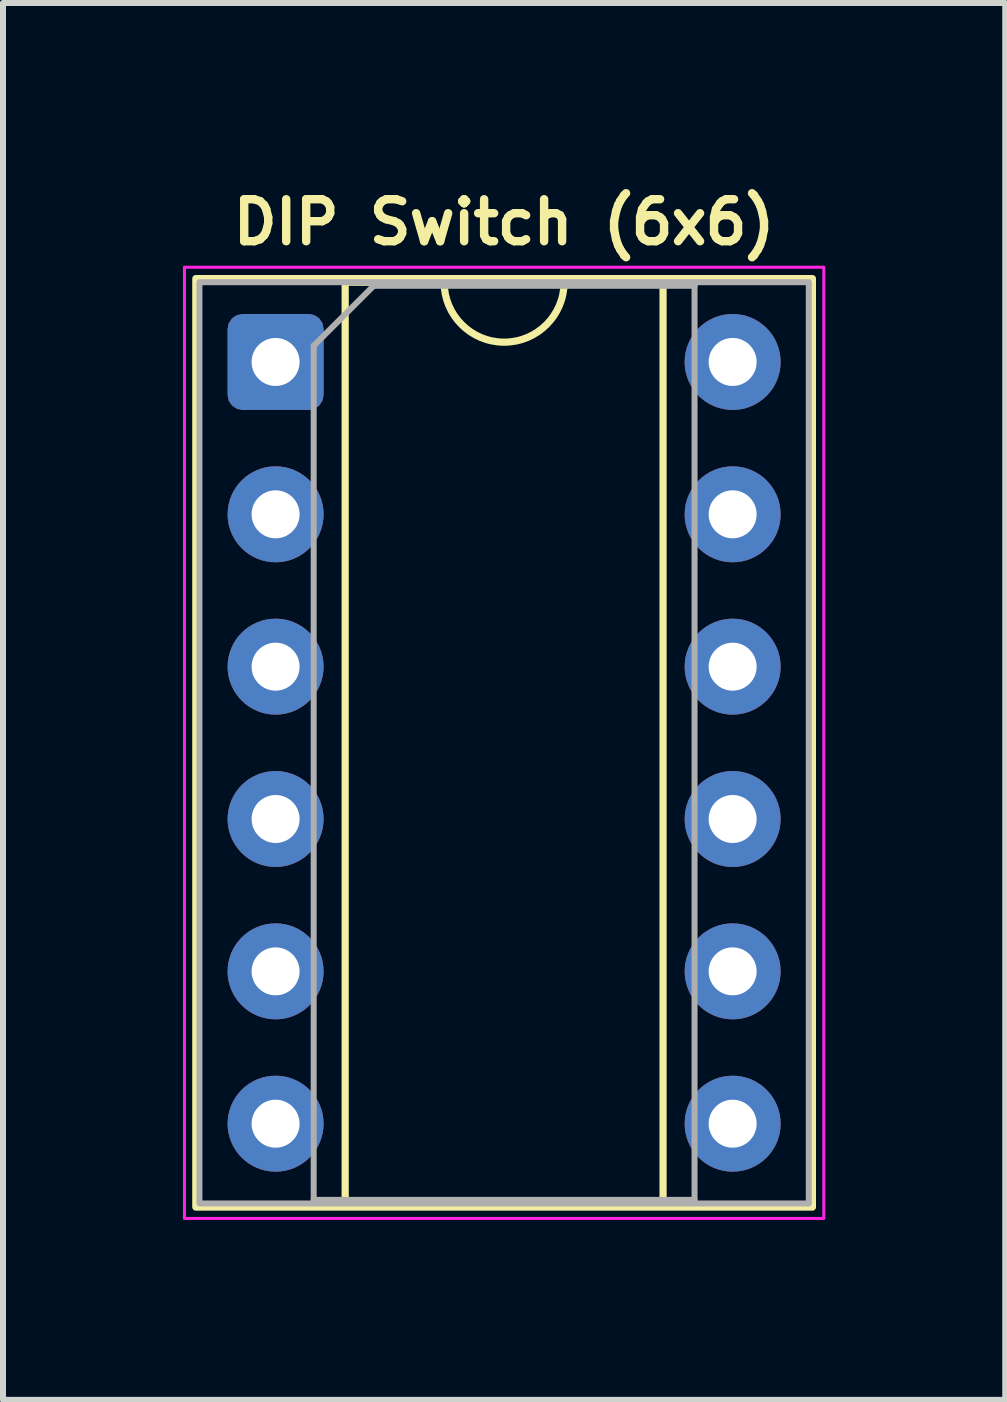
<source format=kicad_pcb>
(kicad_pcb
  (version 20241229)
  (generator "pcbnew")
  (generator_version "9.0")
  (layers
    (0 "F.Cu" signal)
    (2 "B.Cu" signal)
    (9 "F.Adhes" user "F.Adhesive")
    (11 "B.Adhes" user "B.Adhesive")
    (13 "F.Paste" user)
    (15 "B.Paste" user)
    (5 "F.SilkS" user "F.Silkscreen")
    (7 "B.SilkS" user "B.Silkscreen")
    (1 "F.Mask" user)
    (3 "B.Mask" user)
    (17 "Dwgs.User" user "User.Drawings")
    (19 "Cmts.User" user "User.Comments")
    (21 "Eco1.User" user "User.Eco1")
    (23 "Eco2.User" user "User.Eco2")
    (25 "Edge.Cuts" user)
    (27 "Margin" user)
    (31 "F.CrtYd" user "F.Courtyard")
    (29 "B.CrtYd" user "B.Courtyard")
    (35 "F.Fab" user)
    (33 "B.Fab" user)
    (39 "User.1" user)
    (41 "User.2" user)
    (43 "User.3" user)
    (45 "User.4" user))
  (footprint "DIP Switch (6x6)"
    (layer "F.Cu")
    (at 1.545 2.985)
    (property "Reference" "DIP Switch (6x6)" (at 3.81 -2.33 0) (layer "F.SilkS") (effects (font (size 0.7 0.7) (thickness 0.14) (bold yes))))
    (attr through_hole)
    (fp_line (start 1.16 -1.33) (end 1.16 14.03) (stroke (width 0.12) (type solid)) (layer "F.SilkS"))
    (fp_line (start 1.16 14.03) (end 6.46 14.03) (stroke (width 0.12) (type solid)) (layer "F.SilkS"))
    (fp_line (start 2.81 -1.33) (end 1.16 -1.33) (stroke (width 0.12) (type solid)) (layer "F.SilkS"))
    (fp_line (start 6.46 -1.33) (end 4.81 -1.33) (stroke (width 0.12) (type solid)) (layer "F.SilkS"))
    (fp_line (start 6.46 14.03) (end 6.46 -1.33) (stroke (width 0.12) (type solid)) (layer "F.SilkS"))
    (fp_rect (start -1.33 -1.39) (end 8.95 14.09) (stroke (width 0.12) (type solid)) (fill no) (layer "F.SilkS"))
    (fp_arc (start 4.81 -1.33) (mid 3.81 -0.33) (end 2.81 -1.33) (stroke (width 0.12) (type solid)) (layer "F.SilkS"))
    (fp_rect (start -1.52 -1.58) (end 9.14 14.28) (stroke (width 0.05) (type solid)) (fill no) (layer "F.CrtYd"))
    (fp_line (start 0.635 -0.27) (end 1.635 -1.27) (stroke (width 0.1) (type solid)) (layer "F.Fab"))
    (fp_line (start 0.635 13.97) (end 0.635 -0.27) (stroke (width 0.1) (type solid)) (layer "F.Fab"))
    (fp_line (start 1.635 -1.27) (end 6.985 -1.27) (stroke (width 0.1) (type solid)) (layer "F.Fab"))
    (fp_line (start 6.985 -1.27) (end 6.985 13.97) (stroke (width 0.1) (type solid)) (layer "F.Fab"))
    (fp_line (start 6.985 13.97) (end 0.635 13.97) (stroke (width 0.1) (type solid)) (layer "F.Fab"))
    (fp_rect (start -1.27 -1.33) (end 8.89 14.03) (stroke (width 0.1) (type solid)) (fill no) (layer "F.Fab"))
    (pad "1" thru_hole roundrect (at 0 0) (size 1.6 1.6) (drill 0.8) (layers "*.Cu" "*.Mask") (roundrect_rratio 0.156))
    (pad "2" thru_hole circle (at 0 2.54) (size 1.6 1.6) (drill 0.8) (layers "*.Cu" "*.Mask"))
    (pad "3" thru_hole circle (at 0 5.08) (size 1.6 1.6) (drill 0.8) (layers "*.Cu" "*.Mask"))
    (pad "4" thru_hole circle (at 0 7.62) (size 1.6 1.6) (drill 0.8) (layers "*.Cu" "*.Mask"))
    (pad "5" thru_hole circle (at 0 10.16) (size 1.6 1.6) (drill 0.8) (layers "*.Cu" "*.Mask"))
    (pad "6" thru_hole circle (at 0 12.7) (size 1.6 1.6) (drill 0.8) (layers "*.Cu" "*.Mask"))
    (pad "7" thru_hole circle (at 7.62 12.7) (size 1.6 1.6) (drill 0.8) (layers "*.Cu" "*.Mask"))
    (pad "8" thru_hole circle (at 7.62 10.16) (size 1.6 1.6) (drill 0.8) (layers "*.Cu" "*.Mask"))
    (pad "9" thru_hole circle (at 7.62 7.62) (size 1.6 1.6) (drill 0.8) (layers "*.Cu" "*.Mask"))
    (pad "10" thru_hole circle (at 7.62 5.08) (size 1.6 1.6) (drill 0.8) (layers "*.Cu" "*.Mask"))
    (pad "11" thru_hole circle (at 7.62 2.54) (size 1.6 1.6) (drill 0.8) (layers "*.Cu" "*.Mask"))
    (pad "12" thru_hole circle (at 7.62 0) (size 1.6 1.6) (drill 0.8) (layers "*.Cu" "*.Mask")))
  (gr_rect
    (start -3 -3)
    (end 13.71 20.29)
    (stroke (width 0.1) (type default))
    (fill no)
    (layer "Edge.Cuts")))
</source>
